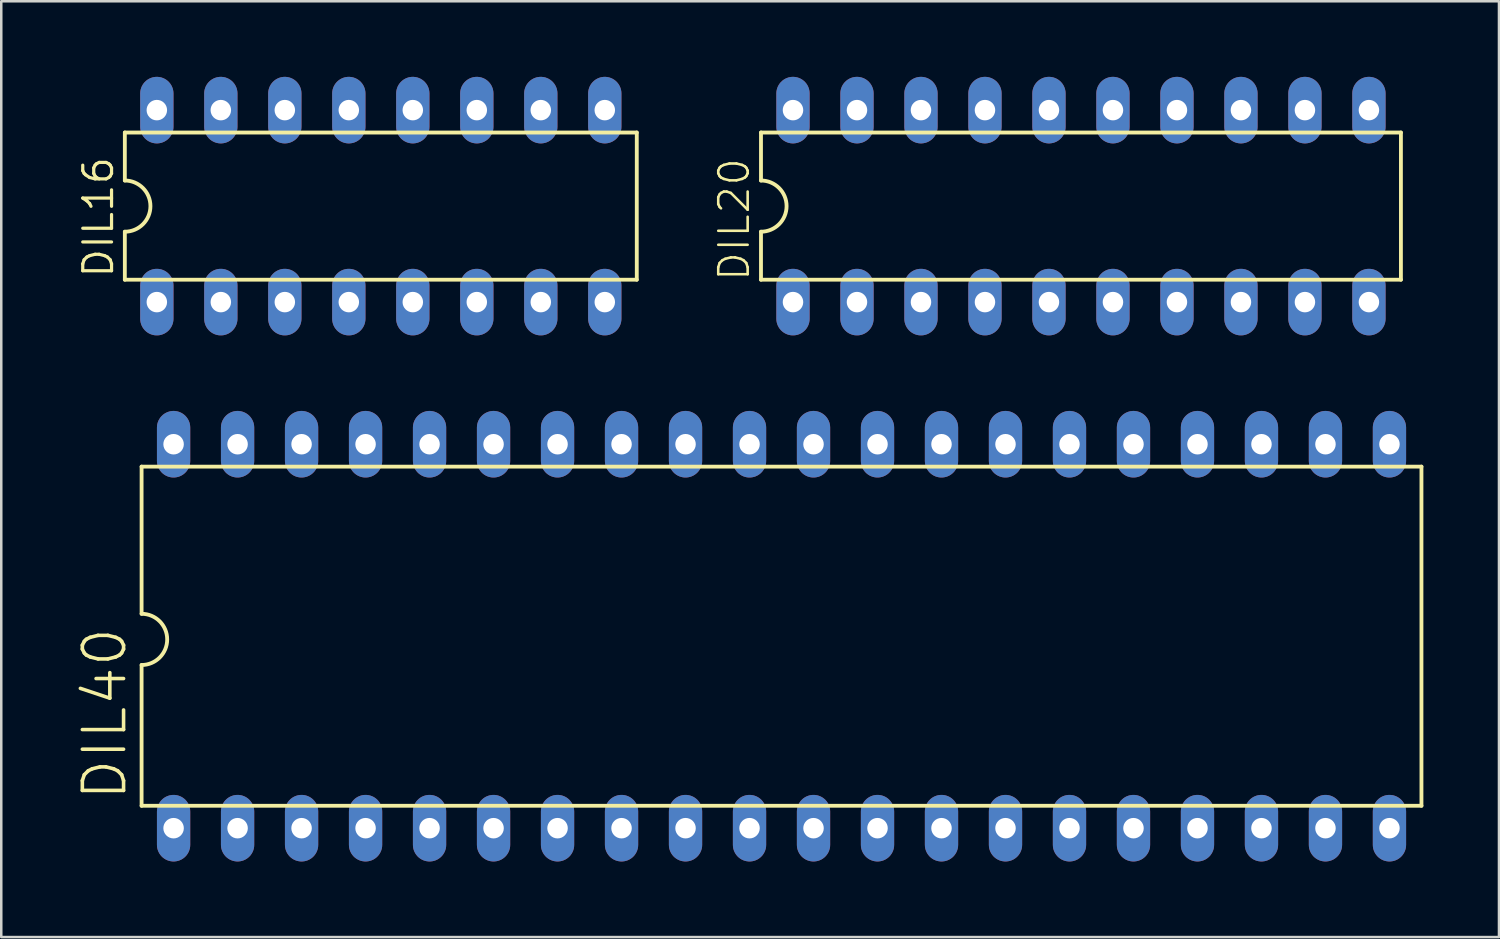
<source format=kicad_pcb>
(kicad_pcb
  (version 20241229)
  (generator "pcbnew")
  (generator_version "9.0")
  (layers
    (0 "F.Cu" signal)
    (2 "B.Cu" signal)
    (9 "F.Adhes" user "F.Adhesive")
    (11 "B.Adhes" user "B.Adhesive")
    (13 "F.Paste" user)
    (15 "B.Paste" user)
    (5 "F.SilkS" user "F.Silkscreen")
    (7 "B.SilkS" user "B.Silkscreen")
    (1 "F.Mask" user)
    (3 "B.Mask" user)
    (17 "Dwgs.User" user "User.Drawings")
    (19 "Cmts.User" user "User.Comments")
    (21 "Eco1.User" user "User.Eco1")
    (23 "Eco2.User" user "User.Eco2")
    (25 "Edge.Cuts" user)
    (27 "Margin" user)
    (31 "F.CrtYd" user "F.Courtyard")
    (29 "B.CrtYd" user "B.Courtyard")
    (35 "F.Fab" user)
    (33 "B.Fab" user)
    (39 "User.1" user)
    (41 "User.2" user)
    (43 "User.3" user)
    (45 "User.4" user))
  (footprint "DIL20"
    (layer "F.Cu")
    (at 38.585 5.131)
    (property "Reference" "DIL20" (at -11.811 3.048 90) (unlocked yes) (layer "F.SilkS") (effects (font (size 1.168 1.168) (thickness 0.102)) (justify left bottom)))
    (fp_line (start -11.43 -2.921) (end -11.43 -1.016) (stroke (width 0.152) (type solid)) (layer "F.SilkS"))
    (fp_line (start -11.43 2.921) (end -11.43 1.016) (stroke (width 0.152) (type solid)) (layer "F.SilkS"))
    (fp_line (start -11.43 2.921) (end 13.97 2.921) (stroke (width 0.152) (type solid)) (layer "F.SilkS"))
    (fp_line (start 13.97 -2.921) (end -11.43 -2.921) (stroke (width 0.152) (type solid)) (layer "F.SilkS"))
    (fp_line (start 13.97 -2.921) (end 13.97 2.921) (stroke (width 0.152) (type solid)) (layer "F.SilkS"))
    (fp_arc (start -11.43 -1.016) (mid -10.414 0) (end -11.43 1.016) (stroke (width 0.1524) (type solid)) (layer "F.SilkS"))
    (pad "1" thru_hole oval (at -10.16 3.81 90) (size 2.642 1.321) (drill 0.813) (layers "*.Cu" "*.Mask"))
    (pad "2" thru_hole oval (at -7.62 3.81 90) (size 2.642 1.321) (drill 0.813) (layers "*.Cu" "*.Mask"))
    (pad "3" thru_hole oval (at -5.08 3.81 90) (size 2.642 1.321) (drill 0.813) (layers "*.Cu" "*.Mask"))
    (pad "4" thru_hole oval (at -2.54 3.81 90) (size 2.642 1.321) (drill 0.813) (layers "*.Cu" "*.Mask"))
    (pad "5" thru_hole oval (at 0 3.81 90) (size 2.642 1.321) (drill 0.813) (layers "*.Cu" "*.Mask"))
    (pad "6" thru_hole oval (at 2.54 3.81 90) (size 2.642 1.321) (drill 0.813) (layers "*.Cu" "*.Mask"))
    (pad "7" thru_hole oval (at 5.08 3.81 90) (size 2.642 1.321) (drill 0.813) (layers "*.Cu" "*.Mask"))
    (pad "8" thru_hole oval (at 7.62 3.81 90) (size 2.642 1.321) (drill 0.813) (layers "*.Cu" "*.Mask"))
    (pad "9" thru_hole oval (at 10.16 3.81 90) (size 2.642 1.321) (drill 0.813) (layers "*.Cu" "*.Mask"))
    (pad "10" thru_hole oval (at 12.7 3.81 90) (size 2.642 1.321) (drill 0.813) (layers "*.Cu" "*.Mask"))
    (pad "11" thru_hole oval (at 12.7 -3.81 90) (size 2.642 1.321) (drill 0.813) (layers "*.Cu" "*.Mask"))
    (pad "12" thru_hole oval (at 10.16 -3.81 90) (size 2.642 1.321) (drill 0.813) (layers "*.Cu" "*.Mask"))
    (pad "13" thru_hole oval (at 7.62 -3.81 90) (size 2.642 1.321) (drill 0.813) (layers "*.Cu" "*.Mask"))
    (pad "14" thru_hole oval (at 5.08 -3.81 90) (size 2.642 1.321) (drill 0.813) (layers "*.Cu" "*.Mask"))
    (pad "15" thru_hole oval (at 2.54 -3.81 90) (size 2.642 1.321) (drill 0.813) (layers "*.Cu" "*.Mask"))
    (pad "16" thru_hole oval (at 0 -3.81 90) (size 2.642 1.321) (drill 0.813) (layers "*.Cu" "*.Mask"))
    (pad "17" thru_hole oval (at -2.54 -3.81 90) (size 2.642 1.321) (drill 0.813) (layers "*.Cu" "*.Mask"))
    (pad "18" thru_hole oval (at -5.08 -3.81 90) (size 2.642 1.321) (drill 0.813) (layers "*.Cu" "*.Mask"))
    (pad "19" thru_hole oval (at -7.62 -3.81 90) (size 2.642 1.321) (drill 0.813) (layers "*.Cu" "*.Mask"))
    (pad "20" thru_hole oval (at -10.16 -3.81 90) (size 2.642 1.321) (drill 0.813) (layers "*.Cu" "*.Mask")))
  (footprint "DIL16"
    (layer "F.Cu")
    (at 12.065 5.131)
    (property "Reference" "DIL16" (at -10.541 2.921 90) (unlocked yes) (layer "F.SilkS") (effects (font (size 1.143 1.143) (thickness 0.127)) (justify left bottom)))
    (fp_line (start -10.16 -2.921) (end -10.16 -1.016) (stroke (width 0.152) (type solid)) (layer "F.SilkS"))
    (fp_line (start -10.16 2.921) (end -10.16 1.016) (stroke (width 0.152) (type solid)) (layer "F.SilkS"))
    (fp_line (start -10.16 2.921) (end 10.16 2.921) (stroke (width 0.152) (type solid)) (layer "F.SilkS"))
    (fp_line (start 10.16 -2.921) (end -10.16 -2.921) (stroke (width 0.152) (type solid)) (layer "F.SilkS"))
    (fp_line (start 10.16 -2.921) (end 10.16 2.921) (stroke (width 0.152) (type solid)) (layer "F.SilkS"))
    (fp_arc (start -10.16 -1.016) (mid -9.144 0) (end -10.16 1.016) (stroke (width 0.1524) (type solid)) (layer "F.SilkS"))
    (pad "1" thru_hole oval (at -8.89 3.81 90) (size 2.642 1.321) (drill 0.813) (layers "*.Cu" "*.Mask"))
    (pad "2" thru_hole oval (at -6.35 3.81 90) (size 2.642 1.321) (drill 0.813) (layers "*.Cu" "*.Mask"))
    (pad "3" thru_hole oval (at -3.81 3.81 90) (size 2.642 1.321) (drill 0.813) (layers "*.Cu" "*.Mask"))
    (pad "4" thru_hole oval (at -1.27 3.81 90) (size 2.642 1.321) (drill 0.813) (layers "*.Cu" "*.Mask"))
    (pad "5" thru_hole oval (at 1.27 3.81 90) (size 2.642 1.321) (drill 0.813) (layers "*.Cu" "*.Mask"))
    (pad "6" thru_hole oval (at 3.81 3.81 90) (size 2.642 1.321) (drill 0.813) (layers "*.Cu" "*.Mask"))
    (pad "7" thru_hole oval (at 6.35 3.81 90) (size 2.642 1.321) (drill 0.813) (layers "*.Cu" "*.Mask"))
    (pad "8" thru_hole oval (at 8.89 3.81 90) (size 2.642 1.321) (drill 0.813) (layers "*.Cu" "*.Mask"))
    (pad "9" thru_hole oval (at 8.89 -3.81 90) (size 2.642 1.321) (drill 0.813) (layers "*.Cu" "*.Mask"))
    (pad "10" thru_hole oval (at 6.35 -3.81 90) (size 2.642 1.321) (drill 0.813) (layers "*.Cu" "*.Mask"))
    (pad "11" thru_hole oval (at 3.81 -3.81 90) (size 2.642 1.321) (drill 0.813) (layers "*.Cu" "*.Mask"))
    (pad "12" thru_hole oval (at 1.27 -3.81 90) (size 2.642 1.321) (drill 0.813) (layers "*.Cu" "*.Mask"))
    (pad "13" thru_hole oval (at -1.27 -3.81 90) (size 2.642 1.321) (drill 0.813) (layers "*.Cu" "*.Mask"))
    (pad "14" thru_hole oval (at -3.81 -3.81 90) (size 2.642 1.321) (drill 0.813) (layers "*.Cu" "*.Mask"))
    (pad "15" thru_hole oval (at -6.35 -3.81 90) (size 2.642 1.321) (drill 0.813) (layers "*.Cu" "*.Mask"))
    (pad "16" thru_hole oval (at -8.89 -3.81 90) (size 2.642 1.321) (drill 0.813) (layers "*.Cu" "*.Mask")))
  (footprint "DIL40"
    (layer "F.Cu")
    (at 20.35 22.202)
    (property "Reference" "DIL40" (at -18.288 6.604 90) (unlocked yes) (layer "F.SilkS") (effects (font (size 1.636 1.636) (thickness 0.142)) (justify left bottom)))
    (fp_line (start -17.78 -6.731) (end -17.78 -0.889) (stroke (width 0.152) (type solid)) (layer "F.SilkS"))
    (fp_line (start -17.78 6.731) (end -17.78 1.143) (stroke (width 0.152) (type solid)) (layer "F.SilkS"))
    (fp_line (start -17.78 6.731) (end 33.02 6.731) (stroke (width 0.152) (type solid)) (layer "F.SilkS"))
    (fp_line (start 33.02 -6.731) (end -17.78 -6.731) (stroke (width 0.152) (type solid)) (layer "F.SilkS"))
    (fp_line (start 33.02 -6.731) (end 33.02 6.731) (stroke (width 0.152) (type solid)) (layer "F.SilkS"))
    (fp_arc (start -17.78 -0.889) (mid -16.764 0.127) (end -17.78 1.143) (stroke (width 0.1524) (type solid)) (layer "F.SilkS"))
    (pad "1" thru_hole oval (at -16.51 7.62 90) (size 2.642 1.321) (drill 0.813) (layers "*.Cu" "*.Mask"))
    (pad "2" thru_hole oval (at -13.97 7.62 90) (size 2.642 1.321) (drill 0.813) (layers "*.Cu" "*.Mask"))
    (pad "3" thru_hole oval (at -11.43 7.62 90) (size 2.642 1.321) (drill 0.813) (layers "*.Cu" "*.Mask"))
    (pad "4" thru_hole oval (at -8.89 7.62 90) (size 2.642 1.321) (drill 0.813) (layers "*.Cu" "*.Mask"))
    (pad "5" thru_hole oval (at -6.35 7.62 90) (size 2.642 1.321) (drill 0.813) (layers "*.Cu" "*.Mask"))
    (pad "6" thru_hole oval (at -3.81 7.62 90) (size 2.642 1.321) (drill 0.813) (layers "*.Cu" "*.Mask"))
    (pad "7" thru_hole oval (at -1.27 7.62 90) (size 2.642 1.321) (drill 0.813) (layers "*.Cu" "*.Mask"))
    (pad "8" thru_hole oval (at 1.27 7.62 90) (size 2.642 1.321) (drill 0.813) (layers "*.Cu" "*.Mask"))
    (pad "9" thru_hole oval (at 3.81 7.62 90) (size 2.642 1.321) (drill 0.813) (layers "*.Cu" "*.Mask"))
    (pad "10" thru_hole oval (at 6.35 7.62 90) (size 2.642 1.321) (drill 0.813) (layers "*.Cu" "*.Mask"))
    (pad "11" thru_hole oval (at 8.89 7.62 90) (size 2.642 1.321) (drill 0.813) (layers "*.Cu" "*.Mask"))
    (pad "12" thru_hole oval (at 11.43 7.62 90) (size 2.642 1.321) (drill 0.813) (layers "*.Cu" "*.Mask"))
    (pad "13" thru_hole oval (at 13.97 7.62 90) (size 2.642 1.321) (drill 0.813) (layers "*.Cu" "*.Mask"))
    (pad "14" thru_hole oval (at 16.51 7.62 90) (size 2.642 1.321) (drill 0.813) (layers "*.Cu" "*.Mask"))
    (pad "15" thru_hole oval (at 19.05 7.62 90) (size 2.642 1.321) (drill 0.813) (layers "*.Cu" "*.Mask"))
    (pad "16" thru_hole oval (at 21.59 7.62 90) (size 2.642 1.321) (drill 0.813) (layers "*.Cu" "*.Mask"))
    (pad "17" thru_hole oval (at 24.13 7.62 90) (size 2.642 1.321) (drill 0.813) (layers "*.Cu" "*.Mask"))
    (pad "18" thru_hole oval (at 26.67 7.62 90) (size 2.642 1.321) (drill 0.813) (layers "*.Cu" "*.Mask"))
    (pad "19" thru_hole oval (at 29.21 7.62 90) (size 2.642 1.321) (drill 0.813) (layers "*.Cu" "*.Mask"))
    (pad "20" thru_hole oval (at 31.75 7.62 90) (size 2.642 1.321) (drill 0.813) (layers "*.Cu" "*.Mask"))
    (pad "21" thru_hole oval (at 31.75 -7.62 90) (size 2.642 1.321) (drill 0.813) (layers "*.Cu" "*.Mask"))
    (pad "22" thru_hole oval (at 29.21 -7.62 90) (size 2.642 1.321) (drill 0.813) (layers "*.Cu" "*.Mask"))
    (pad "23" thru_hole oval (at 26.67 -7.62 90) (size 2.642 1.321) (drill 0.813) (layers "*.Cu" "*.Mask"))
    (pad "24" thru_hole oval (at 24.13 -7.62 90) (size 2.642 1.321) (drill 0.813) (layers "*.Cu" "*.Mask"))
    (pad "25" thru_hole oval (at 21.59 -7.62 90) (size 2.642 1.321) (drill 0.813) (layers "*.Cu" "*.Mask"))
    (pad "26" thru_hole oval (at 19.05 -7.62 90) (size 2.642 1.321) (drill 0.813) (layers "*.Cu" "*.Mask"))
    (pad "27" thru_hole oval (at 16.51 -7.62 90) (size 2.642 1.321) (drill 0.813) (layers "*.Cu" "*.Mask"))
    (pad "28" thru_hole oval (at 13.97 -7.62 90) (size 2.642 1.321) (drill 0.813) (layers "*.Cu" "*.Mask"))
    (pad "29" thru_hole oval (at 11.43 -7.62 90) (size 2.642 1.321) (drill 0.813) (layers "*.Cu" "*.Mask"))
    (pad "30" thru_hole oval (at 8.89 -7.62 90) (size 2.642 1.321) (drill 0.813) (layers "*.Cu" "*.Mask"))
    (pad "31" thru_hole oval (at 6.35 -7.62 90) (size 2.642 1.321) (drill 0.813) (layers "*.Cu" "*.Mask"))
    (pad "32" thru_hole oval (at 3.81 -7.62 90) (size 2.642 1.321) (drill 0.813) (layers "*.Cu" "*.Mask"))
    (pad "33" thru_hole oval (at 1.27 -7.62 90) (size 2.642 1.321) (drill 0.813) (layers "*.Cu" "*.Mask"))
    (pad "34" thru_hole oval (at -1.27 -7.62 90) (size 2.642 1.321) (drill 0.813) (layers "*.Cu" "*.Mask"))
    (pad "35" thru_hole oval (at -3.81 -7.62 90) (size 2.642 1.321) (drill 0.813) (layers "*.Cu" "*.Mask"))
    (pad "36" thru_hole oval (at -6.35 -7.62 90) (size 2.642 1.321) (drill 0.813) (layers "*.Cu" "*.Mask"))
    (pad "37" thru_hole oval (at -8.89 -7.62 90) (size 2.642 1.321) (drill 0.813) (layers "*.Cu" "*.Mask"))
    (pad "38" thru_hole oval (at -11.43 -7.62 90) (size 2.642 1.321) (drill 0.813) (layers "*.Cu" "*.Mask"))
    (pad "39" thru_hole oval (at -13.97 -7.62 90) (size 2.642 1.321) (drill 0.813) (layers "*.Cu" "*.Mask"))
    (pad "40" thru_hole oval (at -16.51 -7.62 90) (size 2.642 1.321) (drill 0.813) (layers "*.Cu" "*.Mask")))
  (gr_rect
    (start -3 -3)
    (end 56.447 34.143)
    (stroke (width 0.1) (type default))
    (fill no)
    (layer "Edge.Cuts")))
</source>
